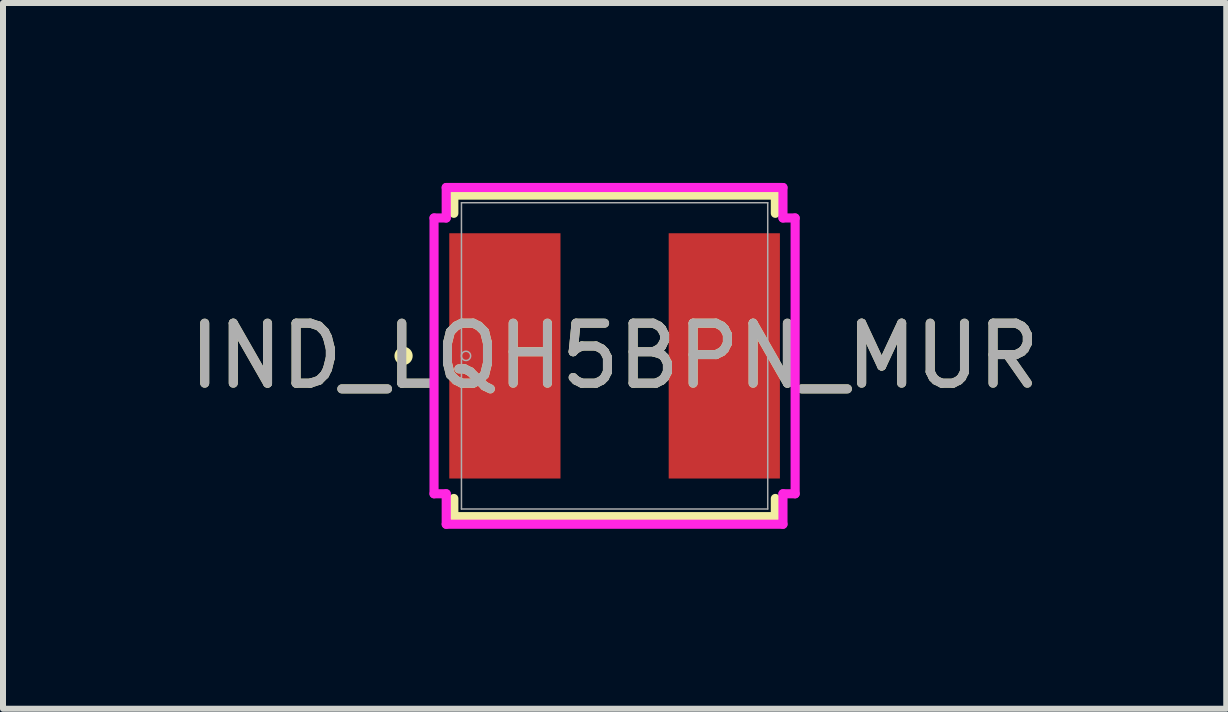
<source format=kicad_pcb>
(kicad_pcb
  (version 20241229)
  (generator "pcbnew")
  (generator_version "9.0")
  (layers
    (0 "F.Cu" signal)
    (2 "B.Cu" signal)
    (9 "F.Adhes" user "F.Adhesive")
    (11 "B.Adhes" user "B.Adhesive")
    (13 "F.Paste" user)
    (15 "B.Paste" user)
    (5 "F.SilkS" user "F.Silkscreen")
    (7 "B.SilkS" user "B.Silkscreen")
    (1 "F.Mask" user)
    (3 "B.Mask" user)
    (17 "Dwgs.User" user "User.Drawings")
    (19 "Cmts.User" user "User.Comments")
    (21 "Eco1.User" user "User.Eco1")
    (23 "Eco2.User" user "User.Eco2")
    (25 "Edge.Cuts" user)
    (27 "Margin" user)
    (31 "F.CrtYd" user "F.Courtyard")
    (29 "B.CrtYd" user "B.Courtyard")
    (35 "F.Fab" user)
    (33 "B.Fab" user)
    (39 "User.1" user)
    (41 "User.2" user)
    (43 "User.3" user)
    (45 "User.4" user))
  (footprint "IND_LQH5BPN_MUR"
    (layer "F.Cu")
    (at 7.196 2.883)
    (property "Reference" "IND_LQH5BPN_MUR" (at 0 0 0) (unlocked yes) (layer "F.SilkS") (effects (font (size 1 1) (thickness 0.15))))
    (attr smd)
    (fp_line (start -2.68 -2.68) (end -2.68 -2.377) (stroke (width 0.152) (type solid)) (layer "F.SilkS"))
    (fp_line (start -2.68 2.377) (end -2.68 2.68) (stroke (width 0.152) (type solid)) (layer "F.SilkS"))
    (fp_line (start -2.68 2.68) (end 2.68 2.68) (stroke (width 0.152) (type solid)) (layer "F.SilkS"))
    (fp_line (start 2.68 -2.68) (end -2.68 -2.68) (stroke (width 0.152) (type solid)) (layer "F.SilkS"))
    (fp_line (start 2.68 -2.377) (end 2.68 -2.68) (stroke (width 0.152) (type solid)) (layer "F.SilkS"))
    (fp_line (start 2.68 2.68) (end 2.68 2.377) (stroke (width 0.152) (type solid)) (layer "F.SilkS"))
    (fp_circle (center -3.518 0) (end -3.442 0) (stroke (width 0.152) (type solid)) (fill no) (layer "F.SilkS"))
    (fp_line (start -3.01 -2.299) (end -2.807 -2.299) (stroke (width 0.152) (type solid)) (layer "F.CrtYd"))
    (fp_line (start -3.01 2.299) (end -3.01 -2.299) (stroke (width 0.152) (type solid)) (layer "F.CrtYd"))
    (fp_line (start -2.807 -2.807) (end 2.807 -2.807) (stroke (width 0.152) (type solid)) (layer "F.CrtYd"))
    (fp_line (start -2.807 -2.299) (end -2.807 -2.807) (stroke (width 0.152) (type solid)) (layer "F.CrtYd"))
    (fp_line (start -2.807 2.299) (end -3.01 2.299) (stroke (width 0.152) (type solid)) (layer "F.CrtYd"))
    (fp_line (start -2.807 2.807) (end -2.807 2.299) (stroke (width 0.152) (type solid)) (layer "F.CrtYd"))
    (fp_line (start 2.807 -2.807) (end 2.807 -2.299) (stroke (width 0.152) (type solid)) (layer "F.CrtYd"))
    (fp_line (start 2.807 -2.299) (end 3.01 -2.299) (stroke (width 0.152) (type solid)) (layer "F.CrtYd"))
    (fp_line (start 2.807 2.299) (end 2.807 2.807) (stroke (width 0.152) (type solid)) (layer "F.CrtYd"))
    (fp_line (start 2.807 2.807) (end -2.807 2.807) (stroke (width 0.152) (type solid)) (layer "F.CrtYd"))
    (fp_line (start 3.01 -2.299) (end 3.01 2.299) (stroke (width 0.152) (type solid)) (layer "F.CrtYd"))
    (fp_line (start 3.01 2.299) (end 2.807 2.299) (stroke (width 0.152) (type solid)) (layer "F.CrtYd"))
    (fp_line (start -2.553 -2.553) (end -2.553 2.553) (stroke (width 0.025) (type solid)) (layer "F.Fab"))
    (fp_line (start -2.553 2.553) (end 2.553 2.553) (stroke (width 0.025) (type solid)) (layer "F.Fab"))
    (fp_line (start 2.553 -2.553) (end -2.553 -2.553) (stroke (width 0.025) (type solid)) (layer "F.Fab"))
    (fp_line (start 2.553 2.553) (end 2.553 -2.553) (stroke (width 0.025) (type solid)) (layer "F.Fab"))
    (fp_circle (center -2.477 0) (end -2.4 0) (stroke (width 0.025) (type solid)) (fill no) (layer "F.Fab"))
    (fp_text user "${REFERENCE}" (at 0 0 0) (unlocked yes) (layer "F.Fab") (effects (font (size 1 1) (thickness 0.15))))
    (pad "1" smd rect (at -1.829 0) (size 1.854 4.089) (layers "F.Cu" "F.Mask" "F.Paste"))
    (pad "2" smd rect (at 1.829 0) (size 1.854 4.089) (layers "F.Cu" "F.Mask" "F.Paste"))
    (zone (net_name "") (layer "F.Cu") (hatch full 0.508) (connect_pads) (min_thickness 0.254) (filled_areas_thickness no) (keepout (tracks not_allowed) (vias not_allowed) (pads allowed) (copperpour not_allowed) (footprints allowed)) (placement (enabled no)) (fill) (polygon (pts (xy 6.346 0.381) (xy 8.047 0.381) (xy 8.047 5.385) (xy 6.346 5.385)))))
  (gr_rect
    (start -3 -3)
    (end 17.393 8.766)
    (stroke (width 0.1) (type default))
    (fill no)
    (layer "Edge.Cuts")))
</source>
